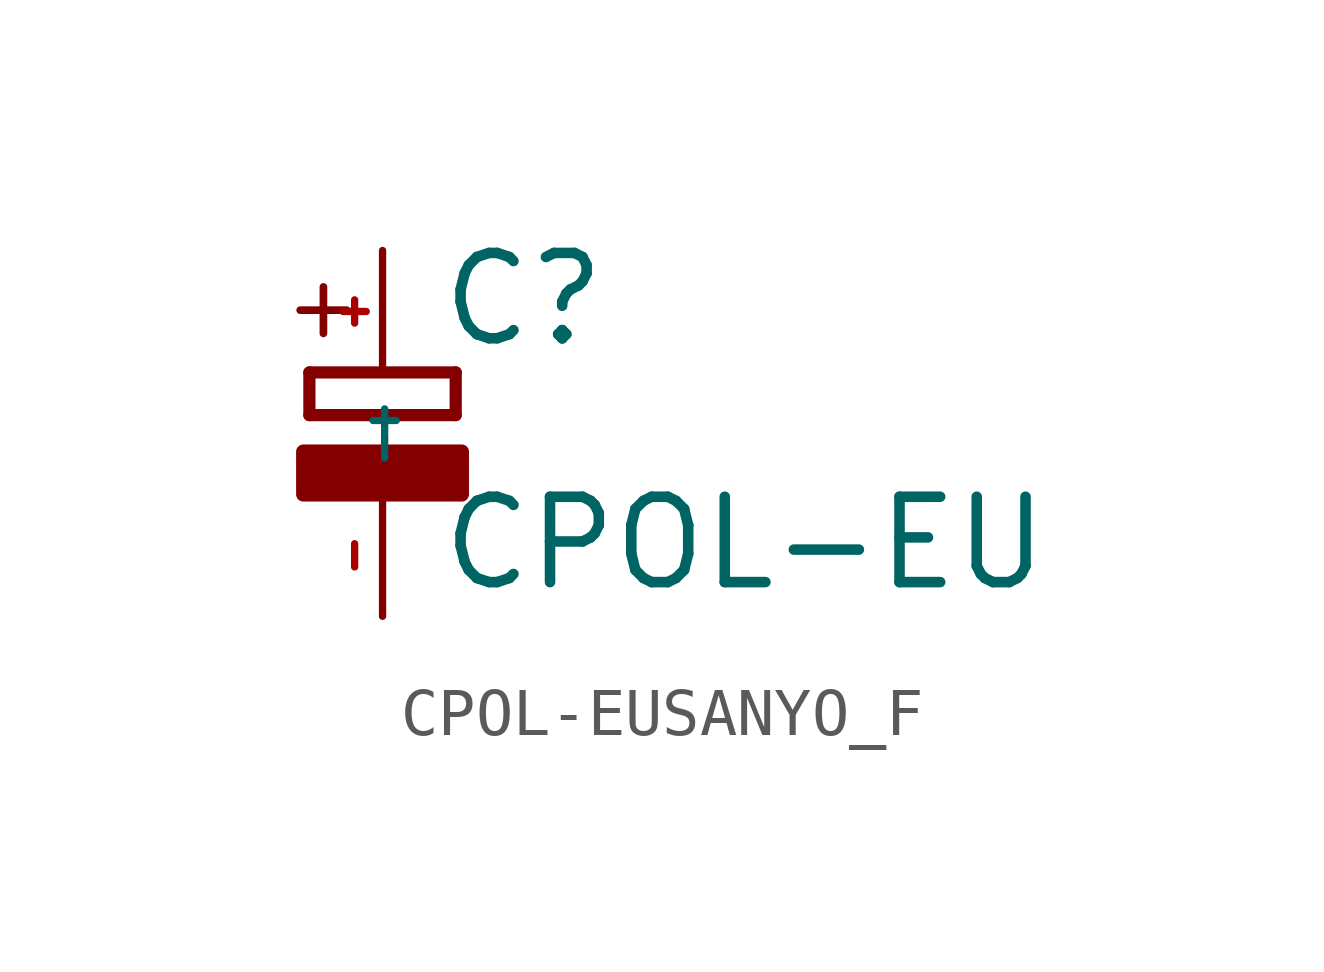
<source format=kicad_sym>
(kicad_symbol_lib
  (version 20220914)
  (generator Eagle2Kicad)
  (symbol "CPOL-EUSANYO_F"
    (property "Reference" "C"
      (at 1.143 0.483 0)
      (effects (font (size 1.778 1.778) (thickness 0.22)) (justify left bottom)))
    (property "Value" "CPOL-EU"
      (at 1.143 -4.597 0)
      (effects (font (size 1.778 1.778) (thickness 0.22)) (justify left bottom)))
    (polyline
      (pts (xy -1.524 -0.889) (xy 1.524 -0.889))
      (stroke (width 0.254) (type default))
      (fill (type none)))
    (polyline
      (pts (xy 1.524 -0.889) (xy 1.524 0))
      (stroke (width 0.254) (type default))
      (fill (type none)))
    (polyline
      (pts (xy -1.524 0) (xy -1.524 -0.889))
      (stroke (width 0.254) (type default))
      (fill (type none)))
    (polyline
      (pts (xy -1.524 0) (xy 1.524 0))
      (stroke (width 0.254) (type default))
      (fill (type none)))
    (text "+"
      (at -0.584 0.406 900)
      (effects (font (size 1.27 1.27) (thickness 0.16)) (justify left bottom)))
    (rectangle
      (start -1.651 -2.54)
      (end 1.651 -1.651)
      (stroke (width 0.3) (type default))
      (fill (type outline)))
    (pin passive line
      (at 0 -5.08 90)
      (length 2.54)
      (name "-" (effects (font (size 0.635 0.635) (thickness 0.08)) (justify left bottom)))
      (number "-" (effects (font (size 0.635 0.635) (thickness 0.08)) (justify left bottom))))
    (pin passive line
      (at 0 2.54 270)
      (length 2.54)
      (name "+" (effects (font (size 0.635 0.635) (thickness 0.08)) (justify left bottom)))
      (number "+" (effects (font (size 0.635 0.635) (thickness 0.08)) (justify left bottom))))))
</source>
